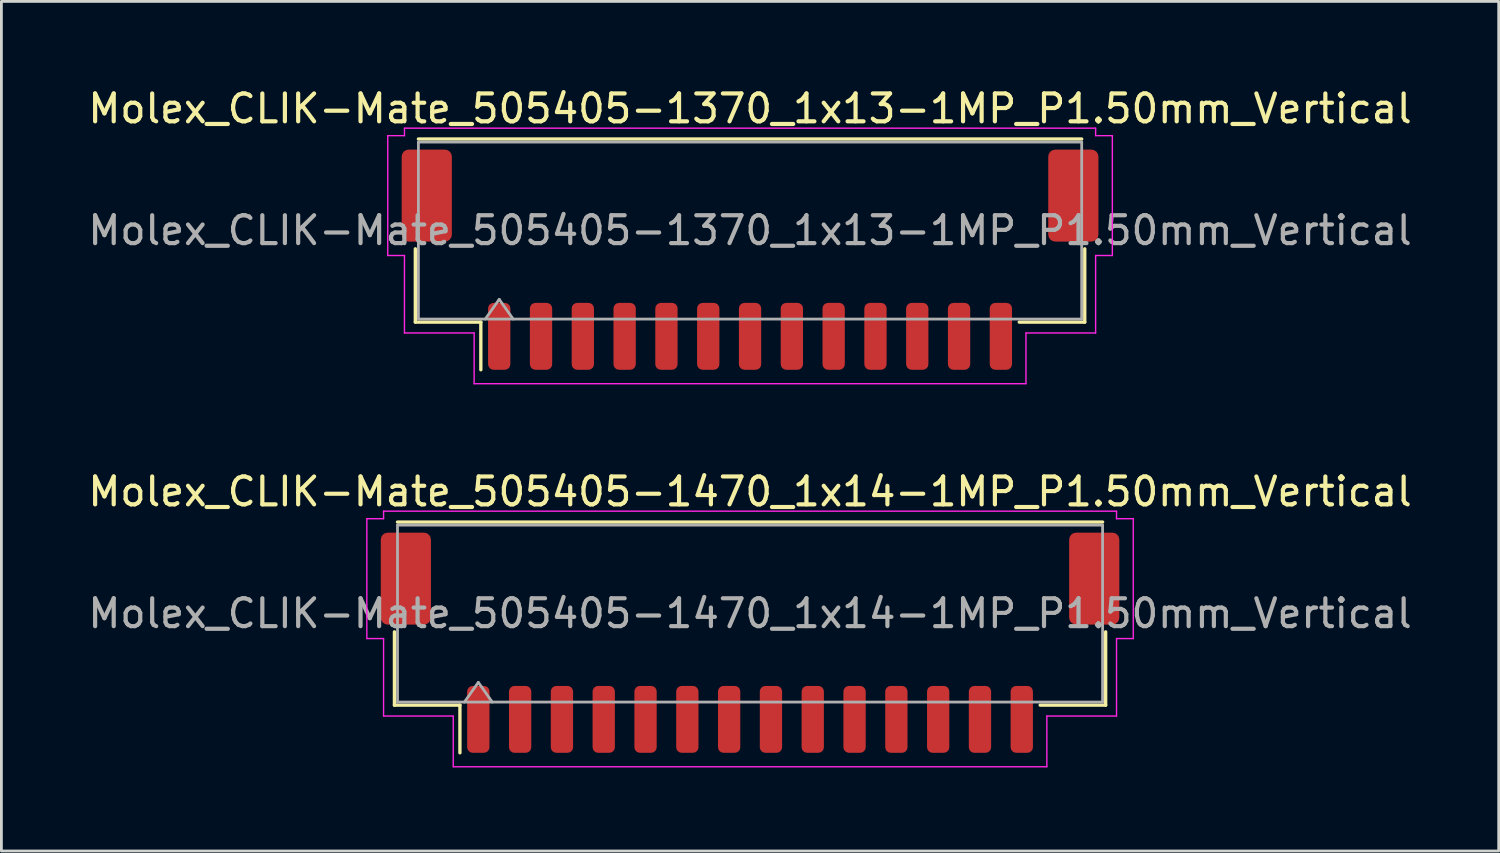
<source format=kicad_pcb>
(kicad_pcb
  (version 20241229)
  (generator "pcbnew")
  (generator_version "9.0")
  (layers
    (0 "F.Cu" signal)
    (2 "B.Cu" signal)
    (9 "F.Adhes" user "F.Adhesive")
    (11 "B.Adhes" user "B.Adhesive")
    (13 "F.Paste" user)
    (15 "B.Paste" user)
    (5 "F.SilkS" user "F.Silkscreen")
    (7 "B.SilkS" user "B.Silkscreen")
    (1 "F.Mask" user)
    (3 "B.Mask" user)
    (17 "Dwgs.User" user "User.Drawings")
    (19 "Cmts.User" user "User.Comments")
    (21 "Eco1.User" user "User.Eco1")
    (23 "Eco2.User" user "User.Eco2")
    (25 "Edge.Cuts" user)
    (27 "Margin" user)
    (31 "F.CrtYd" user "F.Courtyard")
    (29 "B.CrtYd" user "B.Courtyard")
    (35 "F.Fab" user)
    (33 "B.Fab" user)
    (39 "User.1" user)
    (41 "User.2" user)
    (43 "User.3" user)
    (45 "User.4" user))
  (footprint "Molex_CLIK-Mate_505405-1370_1x13-1MP_P1.50mm_Vertical"
    (layer "F.Cu")
    (at 23.863 6.268)
    (property "Reference" "Molex_CLIK-Mate_505405-1370_1x13-1MP_P1.50mm_Vertical" (at 0 -5.42 0) (layer "F.SilkS") (effects (font (size 1 1) (thickness 0.15))))
    (attr smd)
    (fp_line (start -12.01 -0.39) (end -12.01 2.24) (stroke (width 0.12) (type solid)) (layer "F.SilkS"))
    (fp_line (start -12.01 2.24) (end -9.66 2.24) (stroke (width 0.12) (type solid)) (layer "F.SilkS"))
    (fp_line (start -11.9 -4.33) (end 11.9 -4.33) (stroke (width 0.12) (type solid)) (layer "F.SilkS"))
    (fp_line (start -9.66 2.24) (end -9.66 3.95) (stroke (width 0.12) (type solid)) (layer "F.SilkS"))
    (fp_line (start 12.01 -0.39) (end 12.01 2.24) (stroke (width 0.12) (type solid)) (layer "F.SilkS"))
    (fp_line (start 12.01 2.24) (end 9.66 2.24) (stroke (width 0.12) (type solid)) (layer "F.SilkS"))
    (fp_line (start -13 -4.45) (end -12.4 -4.45) (stroke (width 0.05) (type solid)) (layer "F.CrtYd"))
    (fp_line (start -13 -0.15) (end -13 -4.45) (stroke (width 0.05) (type solid)) (layer "F.CrtYd"))
    (fp_line (start -12.4 -4.72) (end 12.4 -4.72) (stroke (width 0.05) (type solid)) (layer "F.CrtYd"))
    (fp_line (start -12.4 -4.45) (end -12.4 -4.72) (stroke (width 0.05) (type solid)) (layer "F.CrtYd"))
    (fp_line (start -12.4 -0.15) (end -13 -0.15) (stroke (width 0.05) (type solid)) (layer "F.CrtYd"))
    (fp_line (start -12.4 2.63) (end -12.4 -0.15) (stroke (width 0.05) (type solid)) (layer "F.CrtYd"))
    (fp_line (start -9.9 2.63) (end -12.4 2.63) (stroke (width 0.05) (type solid)) (layer "F.CrtYd"))
    (fp_line (start -9.9 4.45) (end -9.9 2.63) (stroke (width 0.05) (type solid)) (layer "F.CrtYd"))
    (fp_line (start 9.9 2.63) (end 9.9 4.45) (stroke (width 0.05) (type solid)) (layer "F.CrtYd"))
    (fp_line (start 9.9 4.45) (end -9.9 4.45) (stroke (width 0.05) (type solid)) (layer "F.CrtYd"))
    (fp_line (start 12.4 -4.72) (end 12.4 -4.45) (stroke (width 0.05) (type solid)) (layer "F.CrtYd"))
    (fp_line (start 12.4 -4.45) (end 13 -4.45) (stroke (width 0.05) (type solid)) (layer "F.CrtYd"))
    (fp_line (start 12.4 -0.15) (end 12.4 2.63) (stroke (width 0.05) (type solid)) (layer "F.CrtYd"))
    (fp_line (start 12.4 2.63) (end 9.9 2.63) (stroke (width 0.05) (type solid)) (layer "F.CrtYd"))
    (fp_line (start 13 -4.45) (end 13 -0.15) (stroke (width 0.05) (type solid)) (layer "F.CrtYd"))
    (fp_line (start 13 -0.15) (end 12.4 -0.15) (stroke (width 0.05) (type solid)) (layer "F.CrtYd"))
    (fp_line (start -11.9 -4.22) (end 11.9 -4.22) (stroke (width 0.1) (type solid)) (layer "F.Fab"))
    (fp_line (start -11.9 2.13) (end -11.9 -4.22) (stroke (width 0.1) (type solid)) (layer "F.Fab"))
    (fp_line (start -11.9 2.13) (end 11.9 2.13) (stroke (width 0.1) (type solid)) (layer "F.Fab"))
    (fp_line (start -9.5 2.13) (end -9 1.423) (stroke (width 0.1) (type solid)) (layer "F.Fab"))
    (fp_line (start -9 1.423) (end -8.5 2.13) (stroke (width 0.1) (type solid)) (layer "F.Fab"))
    (fp_line (start 11.9 2.13) (end 11.9 -4.22) (stroke (width 0.1) (type solid)) (layer "F.Fab"))
    (fp_text user "${REFERENCE}" (at 0 -1.05 0) (layer "F.Fab") (effects (font (size 1 1) (thickness 0.15))))
    (pad "1" smd roundrect (at -9 2.75) (size 0.8 2.4) (layers "F.Cu" "F.Mask" "F.Paste") (roundrect_rratio 0.25))
    (pad "2" smd roundrect (at -7.5 2.75) (size 0.8 2.4) (layers "F.Cu" "F.Mask" "F.Paste") (roundrect_rratio 0.25))
    (pad "3" smd roundrect (at -6 2.75) (size 0.8 2.4) (layers "F.Cu" "F.Mask" "F.Paste") (roundrect_rratio 0.25))
    (pad "4" smd roundrect (at -4.5 2.75) (size 0.8 2.4) (layers "F.Cu" "F.Mask" "F.Paste") (roundrect_rratio 0.25))
    (pad "5" smd roundrect (at -3 2.75) (size 0.8 2.4) (layers "F.Cu" "F.Mask" "F.Paste") (roundrect_rratio 0.25))
    (pad "6" smd roundrect (at -1.5 2.75) (size 0.8 2.4) (layers "F.Cu" "F.Mask" "F.Paste") (roundrect_rratio 0.25))
    (pad "7" smd roundrect (at 0 2.75) (size 0.8 2.4) (layers "F.Cu" "F.Mask" "F.Paste") (roundrect_rratio 0.25))
    (pad "8" smd roundrect (at 1.5 2.75) (size 0.8 2.4) (layers "F.Cu" "F.Mask" "F.Paste") (roundrect_rratio 0.25))
    (pad "9" smd roundrect (at 3 2.75) (size 0.8 2.4) (layers "F.Cu" "F.Mask" "F.Paste") (roundrect_rratio 0.25))
    (pad "10" smd roundrect (at 4.5 2.75) (size 0.8 2.4) (layers "F.Cu" "F.Mask" "F.Paste") (roundrect_rratio 0.25))
    (pad "11" smd roundrect (at 6 2.75) (size 0.8 2.4) (layers "F.Cu" "F.Mask" "F.Paste") (roundrect_rratio 0.25))
    (pad "12" smd roundrect (at 7.5 2.75) (size 0.8 2.4) (layers "F.Cu" "F.Mask" "F.Paste") (roundrect_rratio 0.25))
    (pad "13" smd roundrect (at 9 2.75) (size 0.8 2.4) (layers "F.Cu" "F.Mask" "F.Paste") (roundrect_rratio 0.25))
    (pad "MP" smd roundrect (at -11.6 -2.3) (size 1.8 3.3) (layers "F.Cu" "F.Mask" "F.Paste") (roundrect_rratio 0.139))
    (pad "MP" smd roundrect (at 11.6 -2.3) (size 1.8 3.3) (layers "F.Cu" "F.Mask" "F.Paste") (roundrect_rratio 0.139)))
  (footprint "Molex_CLIK-Mate_505405-1470_1x14-1MP_P1.50mm_Vertical"
    (layer "F.Cu")
    (at 23.863 20.012)
    (property "Reference" "Molex_CLIK-Mate_505405-1470_1x14-1MP_P1.50mm_Vertical" (at 0 -5.42 0) (layer "F.SilkS") (effects (font (size 1 1) (thickness 0.15))))
    (attr smd)
    (fp_line (start -12.76 -0.39) (end -12.76 2.24) (stroke (width 0.12) (type solid)) (layer "F.SilkS"))
    (fp_line (start -12.76 2.24) (end -10.41 2.24) (stroke (width 0.12) (type solid)) (layer "F.SilkS"))
    (fp_line (start -12.65 -4.33) (end 12.65 -4.33) (stroke (width 0.12) (type solid)) (layer "F.SilkS"))
    (fp_line (start -10.41 2.24) (end -10.41 3.95) (stroke (width 0.12) (type solid)) (layer "F.SilkS"))
    (fp_line (start 12.76 -0.39) (end 12.76 2.24) (stroke (width 0.12) (type solid)) (layer "F.SilkS"))
    (fp_line (start 12.76 2.24) (end 10.41 2.24) (stroke (width 0.12) (type solid)) (layer "F.SilkS"))
    (fp_line (start -13.75 -4.45) (end -13.15 -4.45) (stroke (width 0.05) (type solid)) (layer "F.CrtYd"))
    (fp_line (start -13.75 -0.15) (end -13.75 -4.45) (stroke (width 0.05) (type solid)) (layer "F.CrtYd"))
    (fp_line (start -13.15 -4.72) (end 13.15 -4.72) (stroke (width 0.05) (type solid)) (layer "F.CrtYd"))
    (fp_line (start -13.15 -4.45) (end -13.15 -4.72) (stroke (width 0.05) (type solid)) (layer "F.CrtYd"))
    (fp_line (start -13.15 -0.15) (end -13.75 -0.15) (stroke (width 0.05) (type solid)) (layer "F.CrtYd"))
    (fp_line (start -13.15 2.63) (end -13.15 -0.15) (stroke (width 0.05) (type solid)) (layer "F.CrtYd"))
    (fp_line (start -10.65 2.63) (end -13.15 2.63) (stroke (width 0.05) (type solid)) (layer "F.CrtYd"))
    (fp_line (start -10.65 4.45) (end -10.65 2.63) (stroke (width 0.05) (type solid)) (layer "F.CrtYd"))
    (fp_line (start 10.65 2.63) (end 10.65 4.45) (stroke (width 0.05) (type solid)) (layer "F.CrtYd"))
    (fp_line (start 10.65 4.45) (end -10.65 4.45) (stroke (width 0.05) (type solid)) (layer "F.CrtYd"))
    (fp_line (start 13.15 -4.72) (end 13.15 -4.45) (stroke (width 0.05) (type solid)) (layer "F.CrtYd"))
    (fp_line (start 13.15 -4.45) (end 13.75 -4.45) (stroke (width 0.05) (type solid)) (layer "F.CrtYd"))
    (fp_line (start 13.15 -0.15) (end 13.15 2.63) (stroke (width 0.05) (type solid)) (layer "F.CrtYd"))
    (fp_line (start 13.15 2.63) (end 10.65 2.63) (stroke (width 0.05) (type solid)) (layer "F.CrtYd"))
    (fp_line (start 13.75 -4.45) (end 13.75 -0.15) (stroke (width 0.05) (type solid)) (layer "F.CrtYd"))
    (fp_line (start 13.75 -0.15) (end 13.15 -0.15) (stroke (width 0.05) (type solid)) (layer "F.CrtYd"))
    (fp_line (start -12.65 -4.22) (end 12.65 -4.22) (stroke (width 0.1) (type solid)) (layer "F.Fab"))
    (fp_line (start -12.65 2.13) (end -12.65 -4.22) (stroke (width 0.1) (type solid)) (layer "F.Fab"))
    (fp_line (start -12.65 2.13) (end 12.65 2.13) (stroke (width 0.1) (type solid)) (layer "F.Fab"))
    (fp_line (start -10.25 2.13) (end -9.75 1.423) (stroke (width 0.1) (type solid)) (layer "F.Fab"))
    (fp_line (start -9.75 1.423) (end -9.25 2.13) (stroke (width 0.1) (type solid)) (layer "F.Fab"))
    (fp_line (start 12.65 2.13) (end 12.65 -4.22) (stroke (width 0.1) (type solid)) (layer "F.Fab"))
    (fp_text user "${REFERENCE}" (at 0 -1.05 0) (layer "F.Fab") (effects (font (size 1 1) (thickness 0.15))))
    (pad "1" smd roundrect (at -9.75 2.75) (size 0.8 2.4) (layers "F.Cu" "F.Mask" "F.Paste") (roundrect_rratio 0.25))
    (pad "2" smd roundrect (at -8.25 2.75) (size 0.8 2.4) (layers "F.Cu" "F.Mask" "F.Paste") (roundrect_rratio 0.25))
    (pad "3" smd roundrect (at -6.75 2.75) (size 0.8 2.4) (layers "F.Cu" "F.Mask" "F.Paste") (roundrect_rratio 0.25))
    (pad "4" smd roundrect (at -5.25 2.75) (size 0.8 2.4) (layers "F.Cu" "F.Mask" "F.Paste") (roundrect_rratio 0.25))
    (pad "5" smd roundrect (at -3.75 2.75) (size 0.8 2.4) (layers "F.Cu" "F.Mask" "F.Paste") (roundrect_rratio 0.25))
    (pad "6" smd roundrect (at -2.25 2.75) (size 0.8 2.4) (layers "F.Cu" "F.Mask" "F.Paste") (roundrect_rratio 0.25))
    (pad "7" smd roundrect (at -0.75 2.75) (size 0.8 2.4) (layers "F.Cu" "F.Mask" "F.Paste") (roundrect_rratio 0.25))
    (pad "8" smd roundrect (at 0.75 2.75) (size 0.8 2.4) (layers "F.Cu" "F.Mask" "F.Paste") (roundrect_rratio 0.25))
    (pad "9" smd roundrect (at 2.25 2.75) (size 0.8 2.4) (layers "F.Cu" "F.Mask" "F.Paste") (roundrect_rratio 0.25))
    (pad "10" smd roundrect (at 3.75 2.75) (size 0.8 2.4) (layers "F.Cu" "F.Mask" "F.Paste") (roundrect_rratio 0.25))
    (pad "11" smd roundrect (at 5.25 2.75) (size 0.8 2.4) (layers "F.Cu" "F.Mask" "F.Paste") (roundrect_rratio 0.25))
    (pad "12" smd roundrect (at 6.75 2.75) (size 0.8 2.4) (layers "F.Cu" "F.Mask" "F.Paste") (roundrect_rratio 0.25))
    (pad "13" smd roundrect (at 8.25 2.75) (size 0.8 2.4) (layers "F.Cu" "F.Mask" "F.Paste") (roundrect_rratio 0.25))
    (pad "14" smd roundrect (at 9.75 2.75) (size 0.8 2.4) (layers "F.Cu" "F.Mask" "F.Paste") (roundrect_rratio 0.25))
    (pad "MP" smd roundrect (at -12.35 -2.3) (size 1.8 3.3) (layers "F.Cu" "F.Mask" "F.Paste") (roundrect_rratio 0.139))
    (pad "MP" smd roundrect (at 12.35 -2.3) (size 1.8 3.3) (layers "F.Cu" "F.Mask" "F.Paste") (roundrect_rratio 0.139)))
  (gr_rect
    (start -3 -3)
    (end 50.726 27.486)
    (stroke (width 0.1) (type default))
    (fill no)
    (layer "Edge.Cuts")))
</source>
